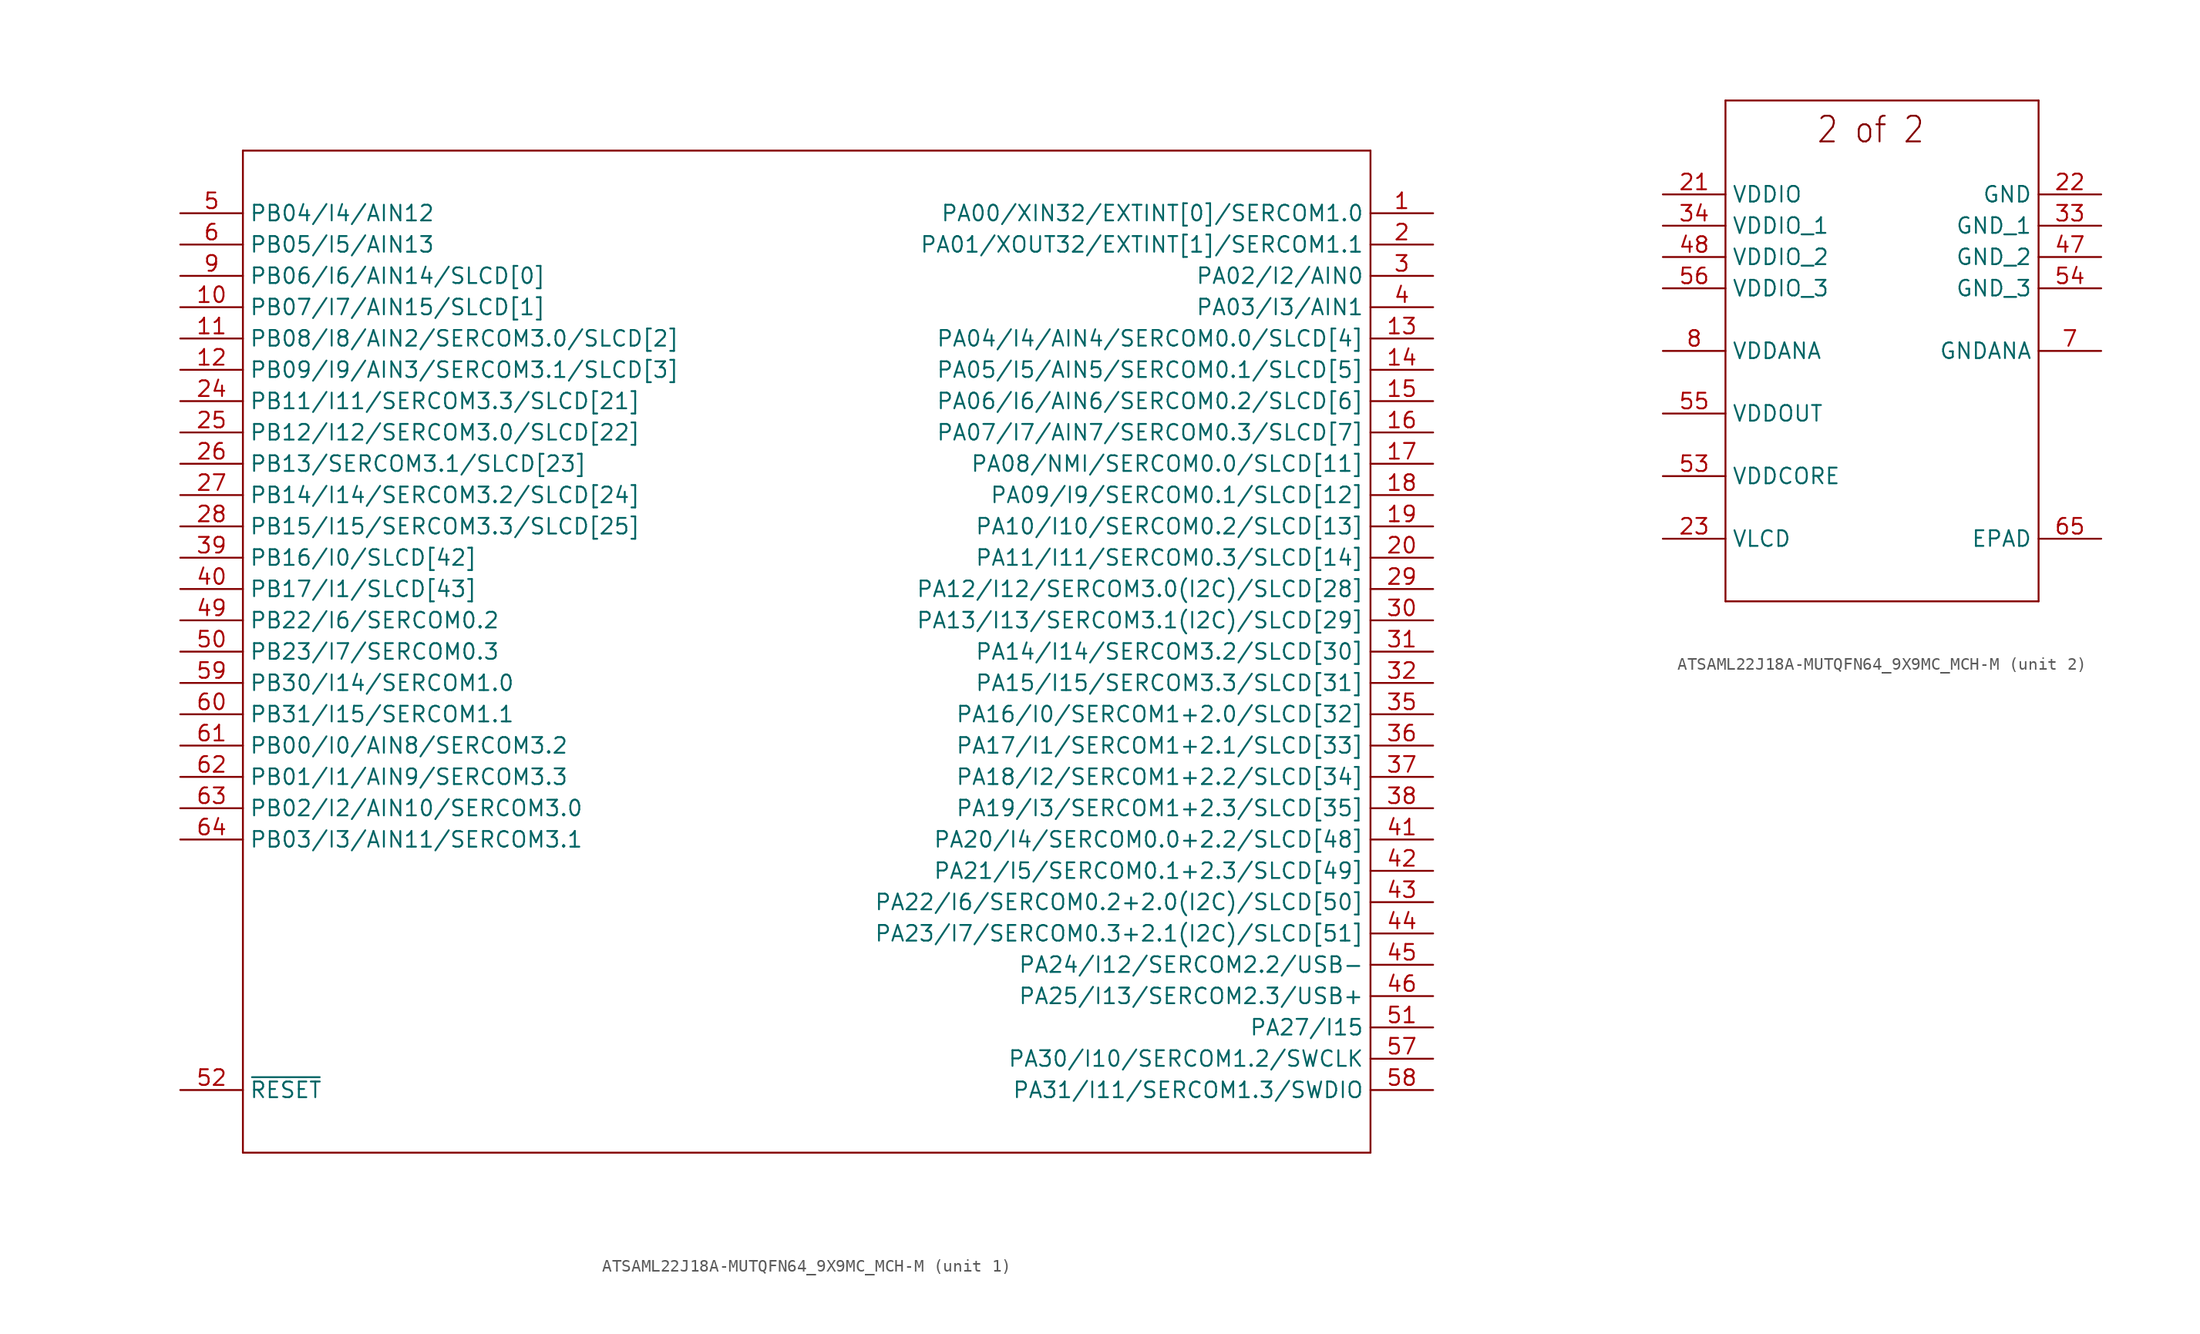
<source format=kicad_sym>
(kicad_symbol_lib
  (version 20220914)
  (generator kicad_symbol_editor)
  (symbol "ATSAML22J18A-MUTQFN64_9X9MC_MCH-M"
    (property "Reference" "U"
      (at -4.724 24.359 0)
      (effects (font (size 2.083 1.77)) (justify left bottom) hide))
    (property "ki_locked" ""
      (at 0 0 0)
      (effects (font (size 1.27 1.27))))
    (symbol "ATSAML22J18A-MUTQFN64_9X9MC_MCH-M_1_0"
      (polyline (pts (xy -45.72 -40.64) (xy 45.72 -40.64)) (stroke (width 0.152) (type solid)) (fill (type none)))
      (polyline (pts (xy -45.72 40.64) (xy -45.72 -40.64)) (stroke (width 0.152) (type solid)) (fill (type none)))
      (polyline (pts (xy 45.72 -40.64) (xy 45.72 40.64)) (stroke (width 0.152) (type solid)) (fill (type none)))
      (polyline (pts (xy 45.72 40.64) (xy -45.72 40.64)) (stroke (width 0.152) (type solid)) (fill (type none)))
      (pin bidirectional line (at 50.8 35.56 180) (length 5.08) (name "PA00/XIN32/EXTINT[0]/SERCOM1.0" (effects (font (size 1.27 1.27)))) (number "1" (effects (font (size 1.27 1.27)))))
      (pin bidirectional line (at -50.8 27.94 0) (length 5.08) (name "PB07/I7/AIN15/SLCD[1]" (effects (font (size 1.27 1.27)))) (number "10" (effects (font (size 1.27 1.27)))))
      (pin bidirectional line (at -50.8 25.4 0) (length 5.08) (name "PB08/I8/AIN2/SERCOM3.0/SLCD[2]" (effects (font (size 1.27 1.27)))) (number "11" (effects (font (size 1.27 1.27)))))
      (pin bidirectional line (at -50.8 22.86 0) (length 5.08) (name "PB09/I9/AIN3/SERCOM3.1/SLCD[3]" (effects (font (size 1.27 1.27)))) (number "12" (effects (font (size 1.27 1.27)))))
      (pin bidirectional line (at 50.8 25.4 180) (length 5.08) (name "PA04/I4/AIN4/SERCOM0.0/SLCD[4]" (effects (font (size 1.27 1.27)))) (number "13" (effects (font (size 1.27 1.27)))))
      (pin bidirectional line (at 50.8 22.86 180) (length 5.08) (name "PA05/I5/AIN5/SERCOM0.1/SLCD[5]" (effects (font (size 1.27 1.27)))) (number "14" (effects (font (size 1.27 1.27)))))
      (pin bidirectional line (at 50.8 20.32 180) (length 5.08) (name "PA06/I6/AIN6/SERCOM0.2/SLCD[6]" (effects (font (size 1.27 1.27)))) (number "15" (effects (font (size 1.27 1.27)))))
      (pin bidirectional line (at 50.8 17.78 180) (length 5.08) (name "PA07/I7/AIN7/SERCOM0.3/SLCD[7]" (effects (font (size 1.27 1.27)))) (number "16" (effects (font (size 1.27 1.27)))))
      (pin bidirectional line (at 50.8 15.24 180) (length 5.08) (name "PA08/NMI/SERCOM0.0/SLCD[11]" (effects (font (size 1.27 1.27)))) (number "17" (effects (font (size 1.27 1.27)))))
      (pin bidirectional line (at 50.8 12.7 180) (length 5.08) (name "PA09/I9/SERCOM0.1/SLCD[12]" (effects (font (size 1.27 1.27)))) (number "18" (effects (font (size 1.27 1.27)))))
      (pin bidirectional line (at 50.8 10.16 180) (length 5.08) (name "PA10/I10/SERCOM0.2/SLCD[13]" (effects (font (size 1.27 1.27)))) (number "19" (effects (font (size 1.27 1.27)))))
      (pin bidirectional line (at 50.8 33.02 180) (length 5.08) (name "PA01/XOUT32/EXTINT[1]/SERCOM1.1" (effects (font (size 1.27 1.27)))) (number "2" (effects (font (size 1.27 1.27)))))
      (pin bidirectional line (at 50.8 7.62 180) (length 5.08) (name "PA11/I11/SERCOM0.3/SLCD[14]" (effects (font (size 1.27 1.27)))) (number "20" (effects (font (size 1.27 1.27)))))
      (pin bidirectional line (at -50.8 20.32 0) (length 5.08) (name "PB11/I11/SERCOM3.3/SLCD[21]" (effects (font (size 1.27 1.27)))) (number "24" (effects (font (size 1.27 1.27)))))
      (pin bidirectional line (at -50.8 17.78 0) (length 5.08) (name "PB12/I12/SERCOM3.0/SLCD[22]" (effects (font (size 1.27 1.27)))) (number "25" (effects (font (size 1.27 1.27)))))
      (pin bidirectional line (at -50.8 15.24 0) (length 5.08) (name "PB13/SERCOM3.1/SLCD[23]" (effects (font (size 1.27 1.27)))) (number "26" (effects (font (size 1.27 1.27)))))
      (pin bidirectional line (at -50.8 12.7 0) (length 5.08) (name "PB14/I14/SERCOM3.2/SLCD[24]" (effects (font (size 1.27 1.27)))) (number "27" (effects (font (size 1.27 1.27)))))
      (pin bidirectional line (at -50.8 10.16 0) (length 5.08) (name "PB15/I15/SERCOM3.3/SLCD[25]" (effects (font (size 1.27 1.27)))) (number "28" (effects (font (size 1.27 1.27)))))
      (pin bidirectional line (at 50.8 5.08 180) (length 5.08) (name "PA12/I12/SERCOM3.0(I2C)/SLCD[28]" (effects (font (size 1.27 1.27)))) (number "29" (effects (font (size 1.27 1.27)))))
      (pin bidirectional line (at 50.8 30.48 180) (length 5.08) (name "PA02/I2/AIN0" (effects (font (size 1.27 1.27)))) (number "3" (effects (font (size 1.27 1.27)))))
      (pin bidirectional line (at 50.8 2.54 180) (length 5.08) (name "PA13/I13/SERCOM3.1(I2C)/SLCD[29]" (effects (font (size 1.27 1.27)))) (number "30" (effects (font (size 1.27 1.27)))))
      (pin bidirectional line (at 50.8 0 180) (length 5.08) (name "PA14/I14/SERCOM3.2/SLCD[30]" (effects (font (size 1.27 1.27)))) (number "31" (effects (font (size 1.27 1.27)))))
      (pin bidirectional line (at 50.8 -2.54 180) (length 5.08) (name "PA15/I15/SERCOM3.3/SLCD[31]" (effects (font (size 1.27 1.27)))) (number "32" (effects (font (size 1.27 1.27)))))
      (pin bidirectional line (at 50.8 -5.08 180) (length 5.08) (name "PA16/I0/SERCOM1+2.0/SLCD[32]" (effects (font (size 1.27 1.27)))) (number "35" (effects (font (size 1.27 1.27)))))
      (pin bidirectional line (at 50.8 -7.62 180) (length 5.08) (name "PA17/I1/SERCOM1+2.1/SLCD[33]" (effects (font (size 1.27 1.27)))) (number "36" (effects (font (size 1.27 1.27)))))
      (pin bidirectional line (at 50.8 -10.16 180) (length 5.08) (name "PA18/I2/SERCOM1+2.2/SLCD[34]" (effects (font (size 1.27 1.27)))) (number "37" (effects (font (size 1.27 1.27)))))
      (pin bidirectional line (at 50.8 -12.7 180) (length 5.08) (name "PA19/I3/SERCOM1+2.3/SLCD[35]" (effects (font (size 1.27 1.27)))) (number "38" (effects (font (size 1.27 1.27)))))
      (pin bidirectional line (at -50.8 7.62 0) (length 5.08) (name "PB16/I0/SLCD[42]" (effects (font (size 1.27 1.27)))) (number "39" (effects (font (size 1.27 1.27)))))
      (pin bidirectional line (at 50.8 27.94 180) (length 5.08) (name "PA03/I3/AIN1" (effects (font (size 1.27 1.27)))) (number "4" (effects (font (size 1.27 1.27)))))
      (pin bidirectional line (at -50.8 5.08 0) (length 5.08) (name "PB17/I1/SLCD[43]" (effects (font (size 1.27 1.27)))) (number "40" (effects (font (size 1.27 1.27)))))
      (pin bidirectional line (at 50.8 -15.24 180) (length 5.08) (name "PA20/I4/SERCOM0.0+2.2/SLCD[48]" (effects (font (size 1.27 1.27)))) (number "41" (effects (font (size 1.27 1.27)))))
      (pin bidirectional line (at 50.8 -17.78 180) (length 5.08) (name "PA21/I5/SERCOM0.1+2.3/SLCD[49]" (effects (font (size 1.27 1.27)))) (number "42" (effects (font (size 1.27 1.27)))))
      (pin bidirectional line (at 50.8 -20.32 180) (length 5.08) (name "PA22/I6/SERCOM0.2+2.0(I2C)/SLCD[50]" (effects (font (size 1.27 1.27)))) (number "43" (effects (font (size 1.27 1.27)))))
      (pin bidirectional line (at 50.8 -22.86 180) (length 5.08) (name "PA23/I7/SERCOM0.3+2.1(I2C)/SLCD[51]" (effects (font (size 1.27 1.27)))) (number "44" (effects (font (size 1.27 1.27)))))
      (pin bidirectional line (at 50.8 -25.4 180) (length 5.08) (name "PA24/I12/SERCOM2.2/USB-" (effects (font (size 1.27 1.27)))) (number "45" (effects (font (size 1.27 1.27)))))
      (pin bidirectional line (at 50.8 -27.94 180) (length 5.08) (name "PA25/I13/SERCOM2.3/USB+" (effects (font (size 1.27 1.27)))) (number "46" (effects (font (size 1.27 1.27)))))
      (pin bidirectional line (at -50.8 2.54 0) (length 5.08) (name "PB22/I6/SERCOM0.2" (effects (font (size 1.27 1.27)))) (number "49" (effects (font (size 1.27 1.27)))))
      (pin bidirectional line (at -50.8 35.56 0) (length 5.08) (name "PB04/I4/AIN12" (effects (font (size 1.27 1.27)))) (number "5" (effects (font (size 1.27 1.27)))))
      (pin bidirectional line (at -50.8 0 0) (length 5.08) (name "PB23/I7/SERCOM0.3" (effects (font (size 1.27 1.27)))) (number "50" (effects (font (size 1.27 1.27)))))
      (pin bidirectional line (at 50.8 -30.48 180) (length 5.08) (name "PA27/I15" (effects (font (size 1.27 1.27)))) (number "51" (effects (font (size 1.27 1.27)))))
      (pin bidirectional line (at -50.8 -35.56 0) (length 5.08) (name "~{RESET}" (effects (font (size 1.27 1.27)))) (number "52" (effects (font (size 1.27 1.27)))))
      (pin bidirectional line (at 50.8 -33.02 180) (length 5.08) (name "PA30/I10/SERCOM1.2/SWCLK" (effects (font (size 1.27 1.27)))) (number "57" (effects (font (size 1.27 1.27)))))
      (pin bidirectional line (at 50.8 -35.56 180) (length 5.08) (name "PA31/I11/SERCOM1.3/SWDIO" (effects (font (size 1.27 1.27)))) (number "58" (effects (font (size 1.27 1.27)))))
      (pin bidirectional line (at -50.8 -2.54 0) (length 5.08) (name "PB30/I14/SERCOM1.0" (effects (font (size 1.27 1.27)))) (number "59" (effects (font (size 1.27 1.27)))))
      (pin bidirectional line (at -50.8 33.02 0) (length 5.08) (name "PB05/I5/AIN13" (effects (font (size 1.27 1.27)))) (number "6" (effects (font (size 1.27 1.27)))))
      (pin bidirectional line (at -50.8 -5.08 0) (length 5.08) (name "PB31/I15/SERCOM1.1" (effects (font (size 1.27 1.27)))) (number "60" (effects (font (size 1.27 1.27)))))
      (pin bidirectional line (at -50.8 -7.62 0) (length 5.08) (name "PB00/I0/AIN8/SERCOM3.2" (effects (font (size 1.27 1.27)))) (number "61" (effects (font (size 1.27 1.27)))))
      (pin bidirectional line (at -50.8 -10.16 0) (length 5.08) (name "PB01/I1/AIN9/SERCOM3.3" (effects (font (size 1.27 1.27)))) (number "62" (effects (font (size 1.27 1.27)))))
      (pin bidirectional line (at -50.8 -12.7 0) (length 5.08) (name "PB02/I2/AIN10/SERCOM3.0" (effects (font (size 1.27 1.27)))) (number "63" (effects (font (size 1.27 1.27)))))
      (pin bidirectional line (at -50.8 -15.24 0) (length 5.08) (name "PB03/I3/AIN11/SERCOM3.1" (effects (font (size 1.27 1.27)))) (number "64" (effects (font (size 1.27 1.27)))))
      (pin bidirectional line (at -50.8 30.48 0) (length 5.08) (name "PB06/I6/AIN14/SLCD[0]" (effects (font (size 1.27 1.27)))) (number "9" (effects (font (size 1.27 1.27))))))
    (symbol "ATSAML22J18A-MUTQFN64_9X9MC_MCH-M_2_0"
      (polyline (pts (xy -12.7 -20.32) (xy 12.7 -20.32)) (stroke (width 0.152) (type solid)) (fill (type none)))
      (polyline (pts (xy -12.7 20.32) (xy -12.7 -20.32)) (stroke (width 0.152) (type solid)) (fill (type none)))
      (polyline (pts (xy 12.7 -20.32) (xy 12.7 20.32)) (stroke (width 0.152) (type solid)) (fill (type none)))
      (polyline (pts (xy 12.7 20.32) (xy -12.7 20.32)) (stroke (width 0.152) (type solid)) (fill (type none)))
      (text "2 of 2" (at -5.359 16.739 0) (effects (font (size 2.083 1.77)) (justify left bottom)))
      (pin power_in line (at -17.78 12.7 0) (length 5.08) (name "VDDIO" (effects (font (size 1.27 1.27)))) (number "21" (effects (font (size 1.27 1.27)))))
      (pin passive line (at 17.78 12.7 180) (length 5.08) (name "GND" (effects (font (size 1.27 1.27)))) (number "22" (effects (font (size 1.27 1.27)))))
      (pin passive line (at -17.78 -15.24 0) (length 5.08) (name "VLCD" (effects (font (size 1.27 1.27)))) (number "23" (effects (font (size 1.27 1.27)))))
      (pin passive line (at 17.78 10.16 180) (length 5.08) (name "GND_1" (effects (font (size 1.27 1.27)))) (number "33" (effects (font (size 1.27 1.27)))))
      (pin power_in line (at -17.78 10.16 0) (length 5.08) (name "VDDIO_1" (effects (font (size 1.27 1.27)))) (number "34" (effects (font (size 1.27 1.27)))))
      (pin passive line (at 17.78 7.62 180) (length 5.08) (name "GND_2" (effects (font (size 1.27 1.27)))) (number "47" (effects (font (size 1.27 1.27)))))
      (pin power_in line (at -17.78 7.62 0) (length 5.08) (name "VDDIO_2" (effects (font (size 1.27 1.27)))) (number "48" (effects (font (size 1.27 1.27)))))
      (pin power_in line (at -17.78 -10.16 0) (length 5.08) (name "VDDCORE" (effects (font (size 1.27 1.27)))) (number "53" (effects (font (size 1.27 1.27)))))
      (pin passive line (at 17.78 5.08 180) (length 5.08) (name "GND_3" (effects (font (size 1.27 1.27)))) (number "54" (effects (font (size 1.27 1.27)))))
      (pin output line (at -17.78 -5.08 0) (length 5.08) (name "VDDOUT" (effects (font (size 1.27 1.27)))) (number "55" (effects (font (size 1.27 1.27)))))
      (pin power_in line (at -17.78 5.08 0) (length 5.08) (name "VDDIO_3" (effects (font (size 1.27 1.27)))) (number "56" (effects (font (size 1.27 1.27)))))
      (pin passive line (at 17.78 -15.24 180) (length 5.08) (name "EPAD" (effects (font (size 1.27 1.27)))) (number "65" (effects (font (size 1.27 1.27)))))
      (pin passive line (at 17.78 0 180) (length 5.08) (name "GNDANA" (effects (font (size 1.27 1.27)))) (number "7" (effects (font (size 1.27 1.27)))))
      (pin power_in line (at -17.78 0 0) (length 5.08) (name "VDDANA" (effects (font (size 1.27 1.27)))) (number "8" (effects (font (size 1.27 1.27))))))))
</source>
